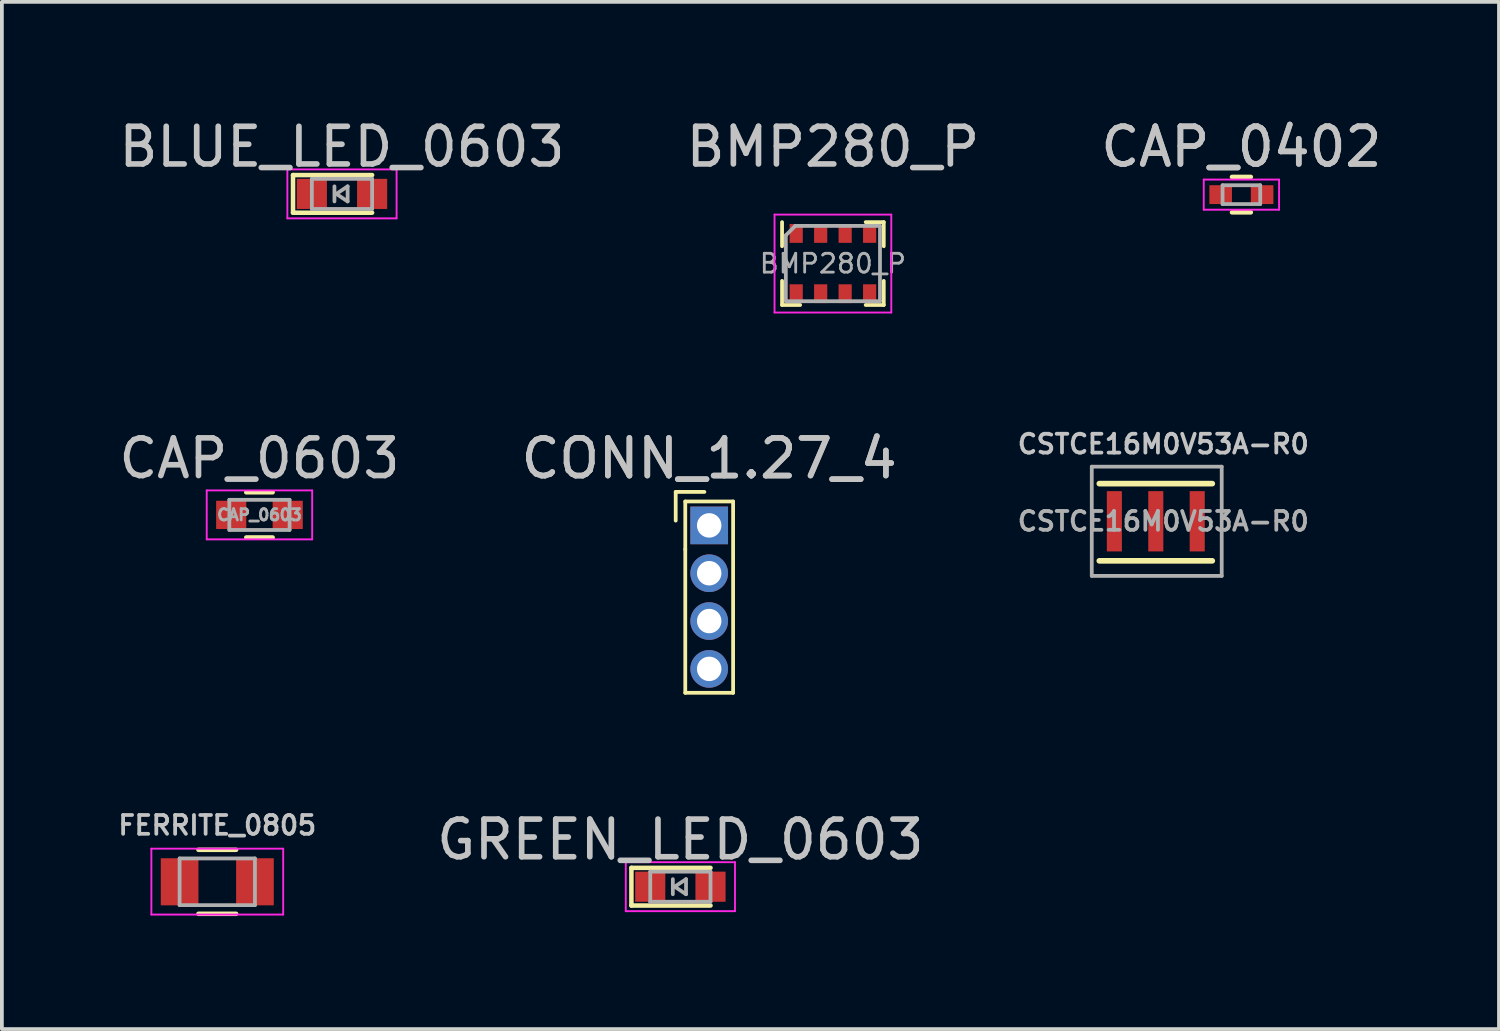
<source format=kicad_pcb>
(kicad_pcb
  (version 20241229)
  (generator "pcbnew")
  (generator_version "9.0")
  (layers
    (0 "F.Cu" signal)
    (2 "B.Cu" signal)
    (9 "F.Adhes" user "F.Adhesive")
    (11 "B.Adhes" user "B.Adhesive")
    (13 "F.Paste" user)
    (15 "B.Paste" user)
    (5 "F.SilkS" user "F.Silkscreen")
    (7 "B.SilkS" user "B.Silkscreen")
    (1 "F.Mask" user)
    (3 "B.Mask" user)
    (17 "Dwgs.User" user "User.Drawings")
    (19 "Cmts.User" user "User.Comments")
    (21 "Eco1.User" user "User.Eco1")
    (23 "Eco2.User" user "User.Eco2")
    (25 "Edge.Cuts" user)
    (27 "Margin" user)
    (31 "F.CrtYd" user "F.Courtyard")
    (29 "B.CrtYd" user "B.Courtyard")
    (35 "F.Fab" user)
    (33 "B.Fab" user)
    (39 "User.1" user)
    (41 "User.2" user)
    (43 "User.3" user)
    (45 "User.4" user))
  (footprint "CAP_0402"
    (layer "F.Cu")
    (at 29.911 2.118)
    (property "Reference" "CAP_0402" (at 0 -1.27 0) (layer "Dwgs.User") (effects (font (size 1 1) (thickness 0.15))))
    (attr smd)
    (fp_line (start -0.25 0.47) (end 0.25 0.47) (stroke (width 0.12) (type solid)) (layer "F.SilkS"))
    (fp_line (start 0.25 -0.47) (end -0.25 -0.47) (stroke (width 0.12) (type solid)) (layer "F.SilkS"))
    (fp_line (start -1 -0.4) (end -1 0.4) (stroke (width 0.05) (type solid)) (layer "F.CrtYd"))
    (fp_line (start -1 -0.4) (end 1 -0.4) (stroke (width 0.05) (type solid)) (layer "F.CrtYd"))
    (fp_line (start 1 0.4) (end -1 0.4) (stroke (width 0.05) (type solid)) (layer "F.CrtYd"))
    (fp_line (start 1 0.4) (end 1 -0.4) (stroke (width 0.05) (type solid)) (layer "F.CrtYd"))
    (fp_line (start -0.5 -0.25) (end 0.5 -0.25) (stroke (width 0.1) (type solid)) (layer "F.Fab"))
    (fp_line (start -0.5 0.25) (end -0.5 -0.25) (stroke (width 0.1) (type solid)) (layer "F.Fab"))
    (fp_line (start 0.5 -0.25) (end 0.5 0.25) (stroke (width 0.1) (type solid)) (layer "F.Fab"))
    (fp_line (start 0.5 0.25) (end -0.5 0.25) (stroke (width 0.1) (type solid)) (layer "F.Fab"))
    (fp_text user "${REFERENCE}" (at 0 -1.27 0) (layer "F.Fab") (effects (font (size 1 1) (thickness 0.15))))
    (pad "1" smd rect (at -0.55 0) (size 0.6 0.5) (layers "F.Cu" "F.Mask" "F.Paste"))
    (pad "2" smd rect (at 0.55 0) (size 0.6 0.5) (layers "F.Cu" "F.Mask" "F.Paste")))
  (footprint "BLUE_LED_0603"
    (layer "F.Cu")
    (at 6.03 2.098)
    (property "Reference" "BLUE_LED_0603" (at 0 -1.25 0) (layer "Dwgs.User") (effects (font (size 1 1) (thickness 0.15))))
    (attr smd)
    (fp_line (start -1.3 -0.5) (end -1.3 0.5) (stroke (width 0.12) (type solid)) (layer "F.SilkS"))
    (fp_line (start -1.3 -0.5) (end 0.8 -0.5) (stroke (width 0.12) (type solid)) (layer "F.SilkS"))
    (fp_line (start -1.3 0.5) (end 0.8 0.5) (stroke (width 0.12) (type solid)) (layer "F.SilkS"))
    (fp_line (start -1.45 -0.65) (end 1.45 -0.65) (stroke (width 0.05) (type solid)) (layer "F.CrtYd"))
    (fp_line (start -1.45 0.65) (end -1.45 -0.65) (stroke (width 0.05) (type solid)) (layer "F.CrtYd"))
    (fp_line (start 1.45 -0.65) (end 1.45 0.65) (stroke (width 0.05) (type solid)) (layer "F.CrtYd"))
    (fp_line (start 1.45 0.65) (end -1.45 0.65) (stroke (width 0.05) (type solid)) (layer "F.CrtYd"))
    (fp_line (start -0.8 -0.4) (end 0.8 -0.4) (stroke (width 0.1) (type solid)) (layer "F.Fab"))
    (fp_line (start -0.8 0.4) (end -0.8 -0.4) (stroke (width 0.1) (type solid)) (layer "F.Fab"))
    (fp_line (start -0.2 -0.2) (end -0.2 0.2) (stroke (width 0.1) (type solid)) (layer "F.Fab"))
    (fp_line (start -0.15 0) (end 0.15 -0.2) (stroke (width 0.1) (type solid)) (layer "F.Fab"))
    (fp_line (start 0.15 -0.2) (end 0.15 0.2) (stroke (width 0.1) (type solid)) (layer "F.Fab"))
    (fp_line (start 0.15 0.2) (end -0.15 0) (stroke (width 0.1) (type solid)) (layer "F.Fab"))
    (fp_line (start 0.8 -0.4) (end 0.8 0.4) (stroke (width 0.1) (type solid)) (layer "F.Fab"))
    (fp_line (start 0.8 0.4) (end -0.8 0.4) (stroke (width 0.1) (type solid)) (layer "F.Fab"))
    (pad "1" smd rect (at -0.8 0 180) (size 0.8 0.8) (layers "F.Cu" "F.Mask" "F.Paste"))
    (pad "2" smd rect (at 0.8 0 180) (size 0.8 0.8) (layers "F.Cu" "F.Mask" "F.Paste")))
  (footprint "CSTCE16M0V53A-R0"
    (layer "F.Cu")
    (at 29.388 10.791)
    (property "Reference" "CSTCE16M0V53A-R0" (at -1.55 -2.05 0) (layer "Dwgs.User") (effects (font (size 0.5 0.5) (thickness 0.1))))
    (attr smd)
    (fp_line (start -3.25 -1) (end -0.25 -1) (stroke (width 0.15) (type solid)) (layer "F.SilkS"))
    (fp_line (start -3.25 1.05) (end -0.25 1.05) (stroke (width 0.15) (type solid)) (layer "F.SilkS"))
    (fp_line (start -3.45 -1.45) (end -3.45 1.45) (stroke (width 0.1) (type solid)) (layer "F.Fab"))
    (fp_line (start -3.45 1.45) (end 0 1.45) (stroke (width 0.1) (type solid)) (layer "F.Fab"))
    (fp_line (start 0 -1.45) (end -3.45 -1.45) (stroke (width 0.1) (type solid)) (layer "F.Fab"))
    (fp_line (start 0 1.45) (end 0 -1.45) (stroke (width 0.1) (type solid)) (layer "F.Fab"))
    (fp_text user "${REFERENCE}" (at -1.55 0 0) (layer "F.Fab") (effects (font (size 0.5 0.5) (thickness 0.1))))
    (pad "1" smd rect (at -2.85 0) (size 0.4 1.6) (layers "F.Cu" "F.Mask" "F.Paste"))
    (pad "2" smd rect (at -1.75 0) (size 0.4 1.6) (layers "F.Cu" "F.Mask" "F.Paste"))
    (pad "3" smd rect (at -0.65 0) (size 0.4 1.6) (layers "F.Cu" "F.Mask" "F.Paste")))
  (footprint "GREEN_LED_0603"
    (layer "F.Cu")
    (at 15.015 20.493)
    (property "Reference" "GREEN_LED_0603" (at 0 -1.25 180) (layer "Dwgs.User") (effects (font (size 1 1) (thickness 0.15))))
    (attr smd)
    (fp_line (start -1.3 -0.5) (end -1.3 0.5) (stroke (width 0.12) (type solid)) (layer "F.SilkS"))
    (fp_line (start -1.3 -0.5) (end 0.8 -0.5) (stroke (width 0.12) (type solid)) (layer "F.SilkS"))
    (fp_line (start -1.3 0.5) (end 0.8 0.5) (stroke (width 0.12) (type solid)) (layer "F.SilkS"))
    (fp_line (start -1.45 -0.65) (end 1.45 -0.65) (stroke (width 0.05) (type solid)) (layer "F.CrtYd"))
    (fp_line (start -1.45 0.65) (end -1.45 -0.65) (stroke (width 0.05) (type solid)) (layer "F.CrtYd"))
    (fp_line (start 1.45 -0.65) (end 1.45 0.65) (stroke (width 0.05) (type solid)) (layer "F.CrtYd"))
    (fp_line (start 1.45 0.65) (end -1.45 0.65) (stroke (width 0.05) (type solid)) (layer "F.CrtYd"))
    (fp_line (start -0.8 -0.4) (end 0.8 -0.4) (stroke (width 0.1) (type solid)) (layer "F.Fab"))
    (fp_line (start -0.8 0.4) (end -0.8 -0.4) (stroke (width 0.1) (type solid)) (layer "F.Fab"))
    (fp_line (start -0.2 -0.2) (end -0.2 0.2) (stroke (width 0.1) (type solid)) (layer "F.Fab"))
    (fp_line (start -0.15 0) (end 0.15 -0.2) (stroke (width 0.1) (type solid)) (layer "F.Fab"))
    (fp_line (start 0.15 -0.2) (end 0.15 0.2) (stroke (width 0.1) (type solid)) (layer "F.Fab"))
    (fp_line (start 0.15 0.2) (end -0.15 0) (stroke (width 0.1) (type solid)) (layer "F.Fab"))
    (fp_line (start 0.8 -0.4) (end 0.8 0.4) (stroke (width 0.1) (type solid)) (layer "F.Fab"))
    (fp_line (start 0.8 0.4) (end -0.8 0.4) (stroke (width 0.1) (type solid)) (layer "F.Fab"))
    (pad "1" smd rect (at -0.8 0 180) (size 0.8 0.8) (layers "F.Cu" "F.Mask" "F.Paste"))
    (pad "2" smd rect (at 0.8 0 180) (size 0.8 0.8) (layers "F.Cu" "F.Mask" "F.Paste")))
  (footprint "BMP280_P"
    (layer "F.Cu")
    (at 19.065 3.948)
    (property "Reference" "BMP280_P" (at 0 -3.1 0) (layer "Dwgs.User") (effects (font (size 1 1) (thickness 0.15))))
    (attr smd)
    (fp_line (start -1.35 -0.46) (end -1.35 -1.1) (stroke (width 0.1) (type solid)) (layer "F.SilkS"))
    (fp_line (start -1.35 1.1) (end -1.35 0.46) (stroke (width 0.1) (type solid)) (layer "F.SilkS"))
    (fp_line (start -1.35 1.1) (end -0.87 1.1) (stroke (width 0.1) (type solid)) (layer "F.SilkS"))
    (fp_line (start 0.87 -1.1) (end 1.35 -1.1) (stroke (width 0.1) (type solid)) (layer "F.SilkS"))
    (fp_line (start 0.87 1.1) (end 1.35 1.1) (stroke (width 0.1) (type solid)) (layer "F.SilkS"))
    (fp_line (start 1.35 -0.46) (end 1.35 -1.1) (stroke (width 0.1) (type solid)) (layer "F.SilkS"))
    (fp_line (start 1.35 1.1) (end 1.35 0.46) (stroke (width 0.1) (type solid)) (layer "F.SilkS"))
    (fp_line (start -1.55 -1.3) (end 1.55 -1.3) (stroke (width 0.05) (type solid)) (layer "F.CrtYd"))
    (fp_line (start -1.55 1.3) (end -1.55 -1.3) (stroke (width 0.05) (type solid)) (layer "F.CrtYd"))
    (fp_line (start 1.55 -1.3) (end 1.55 1.3) (stroke (width 0.05) (type solid)) (layer "F.CrtYd"))
    (fp_line (start 1.55 1.3) (end -1.55 1.3) (stroke (width 0.05) (type solid)) (layer "F.CrtYd"))
    (fp_line (start -1.25 1) (end -1.25 -0.75) (stroke (width 0.1) (type solid)) (layer "F.Fab"))
    (fp_line (start -1.25 1) (end 1.25 1) (stroke (width 0.1) (type solid)) (layer "F.Fab"))
    (fp_line (start -1 -1) (end -1.25 -0.75) (stroke (width 0.1) (type solid)) (layer "F.Fab"))
    (fp_line (start 1.25 -1) (end -1 -1) (stroke (width 0.1) (type solid)) (layer "F.Fab"))
    (fp_line (start 1.25 -1) (end 1.25 1) (stroke (width 0.1) (type solid)) (layer "F.Fab"))
    (fp_text user "${REFERENCE}" (at 0 0 0) (layer "F.Fab") (effects (font (size 0.5 0.5) (thickness 0.075))))
    (pad "1" smd rect (at -0.975 -0.8 90) (size 0.5 0.35) (layers "F.Cu" "F.Mask" "F.Paste"))
    (pad "2" smd rect (at -0.325 -0.8 90) (size 0.5 0.35) (layers "F.Cu" "F.Mask" "F.Paste"))
    (pad "3" smd rect (at 0.325 -0.8 90) (size 0.5 0.35) (layers "F.Cu" "F.Mask" "F.Paste"))
    (pad "4" smd rect (at 0.975 -0.8 90) (size 0.5 0.35) (layers "F.Cu" "F.Mask" "F.Paste"))
    (pad "5" smd rect (at 0.975 0.8 90) (size 0.5 0.35) (layers "F.Cu" "F.Mask" "F.Paste"))
    (pad "6" smd rect (at 0.325 0.8 90) (size 0.5 0.35) (layers "F.Cu" "F.Mask" "F.Paste"))
    (pad "7" smd rect (at -0.325 0.8 90) (size 0.5 0.35) (layers "F.Cu" "F.Mask" "F.Paste"))
    (pad "8" smd rect (at -0.975 0.8 90) (size 0.5 0.35) (layers "F.Cu" "F.Mask" "F.Paste")))
  (footprint "CONN_1.27_4"
    (layer "F.Cu")
    (at 15.78 12.805)
    (property "Reference" "CONN_1.27_4" (at 0 -3.683 0) (layer "Dwgs.User") (effects (font (size 1 1) (thickness 0.15))))
    (attr through_hole)
    (fp_line (start -0.889 -2.794) (end -0.889 -2.032) (stroke (width 0.1) (type solid)) (layer "F.SilkS"))
    (fp_line (start -0.635 -2.54) (end -0.635 -1.27) (stroke (width 0.1) (type solid)) (layer "F.SilkS"))
    (fp_line (start -0.635 -1.27) (end -0.635 2.54) (stroke (width 0.1) (type solid)) (layer "F.SilkS"))
    (fp_line (start -0.635 2.54) (end 0.635 2.54) (stroke (width 0.1) (type solid)) (layer "F.SilkS"))
    (fp_line (start -0.127 -2.794) (end -0.889 -2.794) (stroke (width 0.1) (type solid)) (layer "F.SilkS"))
    (fp_line (start 0.635 -2.54) (end -0.635 -2.54) (stroke (width 0.1) (type solid)) (layer "F.SilkS"))
    (fp_line (start 0.635 2.54) (end 0.635 -2.54) (stroke (width 0.1) (type solid)) (layer "F.SilkS"))
    (fp_text user "${REFERENCE}" (at 0 -3.683 0) (layer "F.Fab") (effects (font (size 1 1) (thickness 0.15))))
    (pad "1" thru_hole rect (at 0 -1.905) (size 1 1) (drill 0.65) (layers "*.Cu" "*.Mask"))
    (pad "2" thru_hole oval (at 0 -0.635) (size 1 1) (drill 0.65) (layers "*.Cu" "*.Mask"))
    (pad "3" thru_hole oval (at 0 0.635) (size 1 1) (drill 0.65) (layers "*.Cu" "*.Mask"))
    (pad "4" thru_hole oval (at 0 1.905) (size 1 1) (drill 0.65) (layers "*.Cu" "*.Mask")))
  (footprint "CAP_0603"
    (layer "F.Cu")
    (at 3.839 10.621)
    (property "Reference" "CAP_0603" (at 0 -1.5 0) (layer "Dwgs.User") (effects (font (size 1 1) (thickness 0.15))))
    (attr smd)
    (fp_line (start -0.35 -0.6) (end 0.35 -0.6) (stroke (width 0.12) (type solid)) (layer "F.SilkS"))
    (fp_line (start 0.35 0.6) (end -0.35 0.6) (stroke (width 0.12) (type solid)) (layer "F.SilkS"))
    (fp_line (start -1.4 -0.65) (end -1.4 0.65) (stroke (width 0.05) (type solid)) (layer "F.CrtYd"))
    (fp_line (start -1.4 -0.65) (end 1.4 -0.65) (stroke (width 0.05) (type solid)) (layer "F.CrtYd"))
    (fp_line (start 1.4 0.65) (end -1.4 0.65) (stroke (width 0.05) (type solid)) (layer "F.CrtYd"))
    (fp_line (start 1.4 0.65) (end 1.4 -0.65) (stroke (width 0.05) (type solid)) (layer "F.CrtYd"))
    (fp_line (start -0.8 -0.4) (end 0.8 -0.4) (stroke (width 0.1) (type solid)) (layer "F.Fab"))
    (fp_line (start -0.8 0.4) (end -0.8 -0.4) (stroke (width 0.1) (type solid)) (layer "F.Fab"))
    (fp_line (start 0.8 -0.4) (end 0.8 0.4) (stroke (width 0.1) (type solid)) (layer "F.Fab"))
    (fp_line (start 0.8 0.4) (end -0.8 0.4) (stroke (width 0.1) (type solid)) (layer "F.Fab"))
    (fp_text user "${REFERENCE}" (at 0 0 0) (layer "F.Fab") (effects (font (size 0.3 0.3) (thickness 0.075))))
    (pad "1" smd rect (at -0.75 0) (size 0.8 0.75) (layers "F.Cu" "F.Mask" "F.Paste"))
    (pad "2" smd rect (at 0.75 0) (size 0.8 0.75) (layers "F.Cu" "F.Mask" "F.Paste")))
  (footprint "FERRITE_0805"
    (layer "F.Cu")
    (at 2.719 20.363)
    (property "Reference" "FERRITE_0805" (at 0 -1.5 0) (layer "Dwgs.User") (effects (font (size 0.5 0.5) (thickness 0.1))))
    (attr smd)
    (fp_line (start -0.5 0.85) (end 0.5 0.85) (stroke (width 0.12) (type solid)) (layer "F.SilkS"))
    (fp_line (start 0.5 -0.85) (end -0.5 -0.85) (stroke (width 0.12) (type solid)) (layer "F.SilkS"))
    (fp_line (start -1.75 -0.88) (end -1.75 0.87) (stroke (width 0.05) (type solid)) (layer "F.CrtYd"))
    (fp_line (start -1.75 -0.88) (end 1.75 -0.88) (stroke (width 0.05) (type solid)) (layer "F.CrtYd"))
    (fp_line (start 1.75 0.87) (end -1.75 0.87) (stroke (width 0.05) (type solid)) (layer "F.CrtYd"))
    (fp_line (start 1.75 0.87) (end 1.75 -0.88) (stroke (width 0.05) (type solid)) (layer "F.CrtYd"))
    (fp_line (start -1 -0.62) (end 1 -0.62) (stroke (width 0.1) (type solid)) (layer "F.Fab"))
    (fp_line (start -1 0.62) (end -1 -0.62) (stroke (width 0.1) (type solid)) (layer "F.Fab"))
    (fp_line (start 1 -0.62) (end 1 0.62) (stroke (width 0.1) (type solid)) (layer "F.Fab"))
    (fp_line (start 1 0.62) (end -1 0.62) (stroke (width 0.1) (type solid)) (layer "F.Fab"))
    (pad "1" smd rect (at -1 0) (size 1 1.25) (layers "F.Cu" "F.Mask" "F.Paste"))
    (pad "2" smd rect (at 1 0) (size 1 1.25) (layers "F.Cu" "F.Mask" "F.Paste")))
  (gr_rect
    (start -3 -3)
    (end 36.75 24.273)
    (stroke (width 0.1) (type default))
    (fill no)
    (layer "Edge.Cuts")))
</source>
